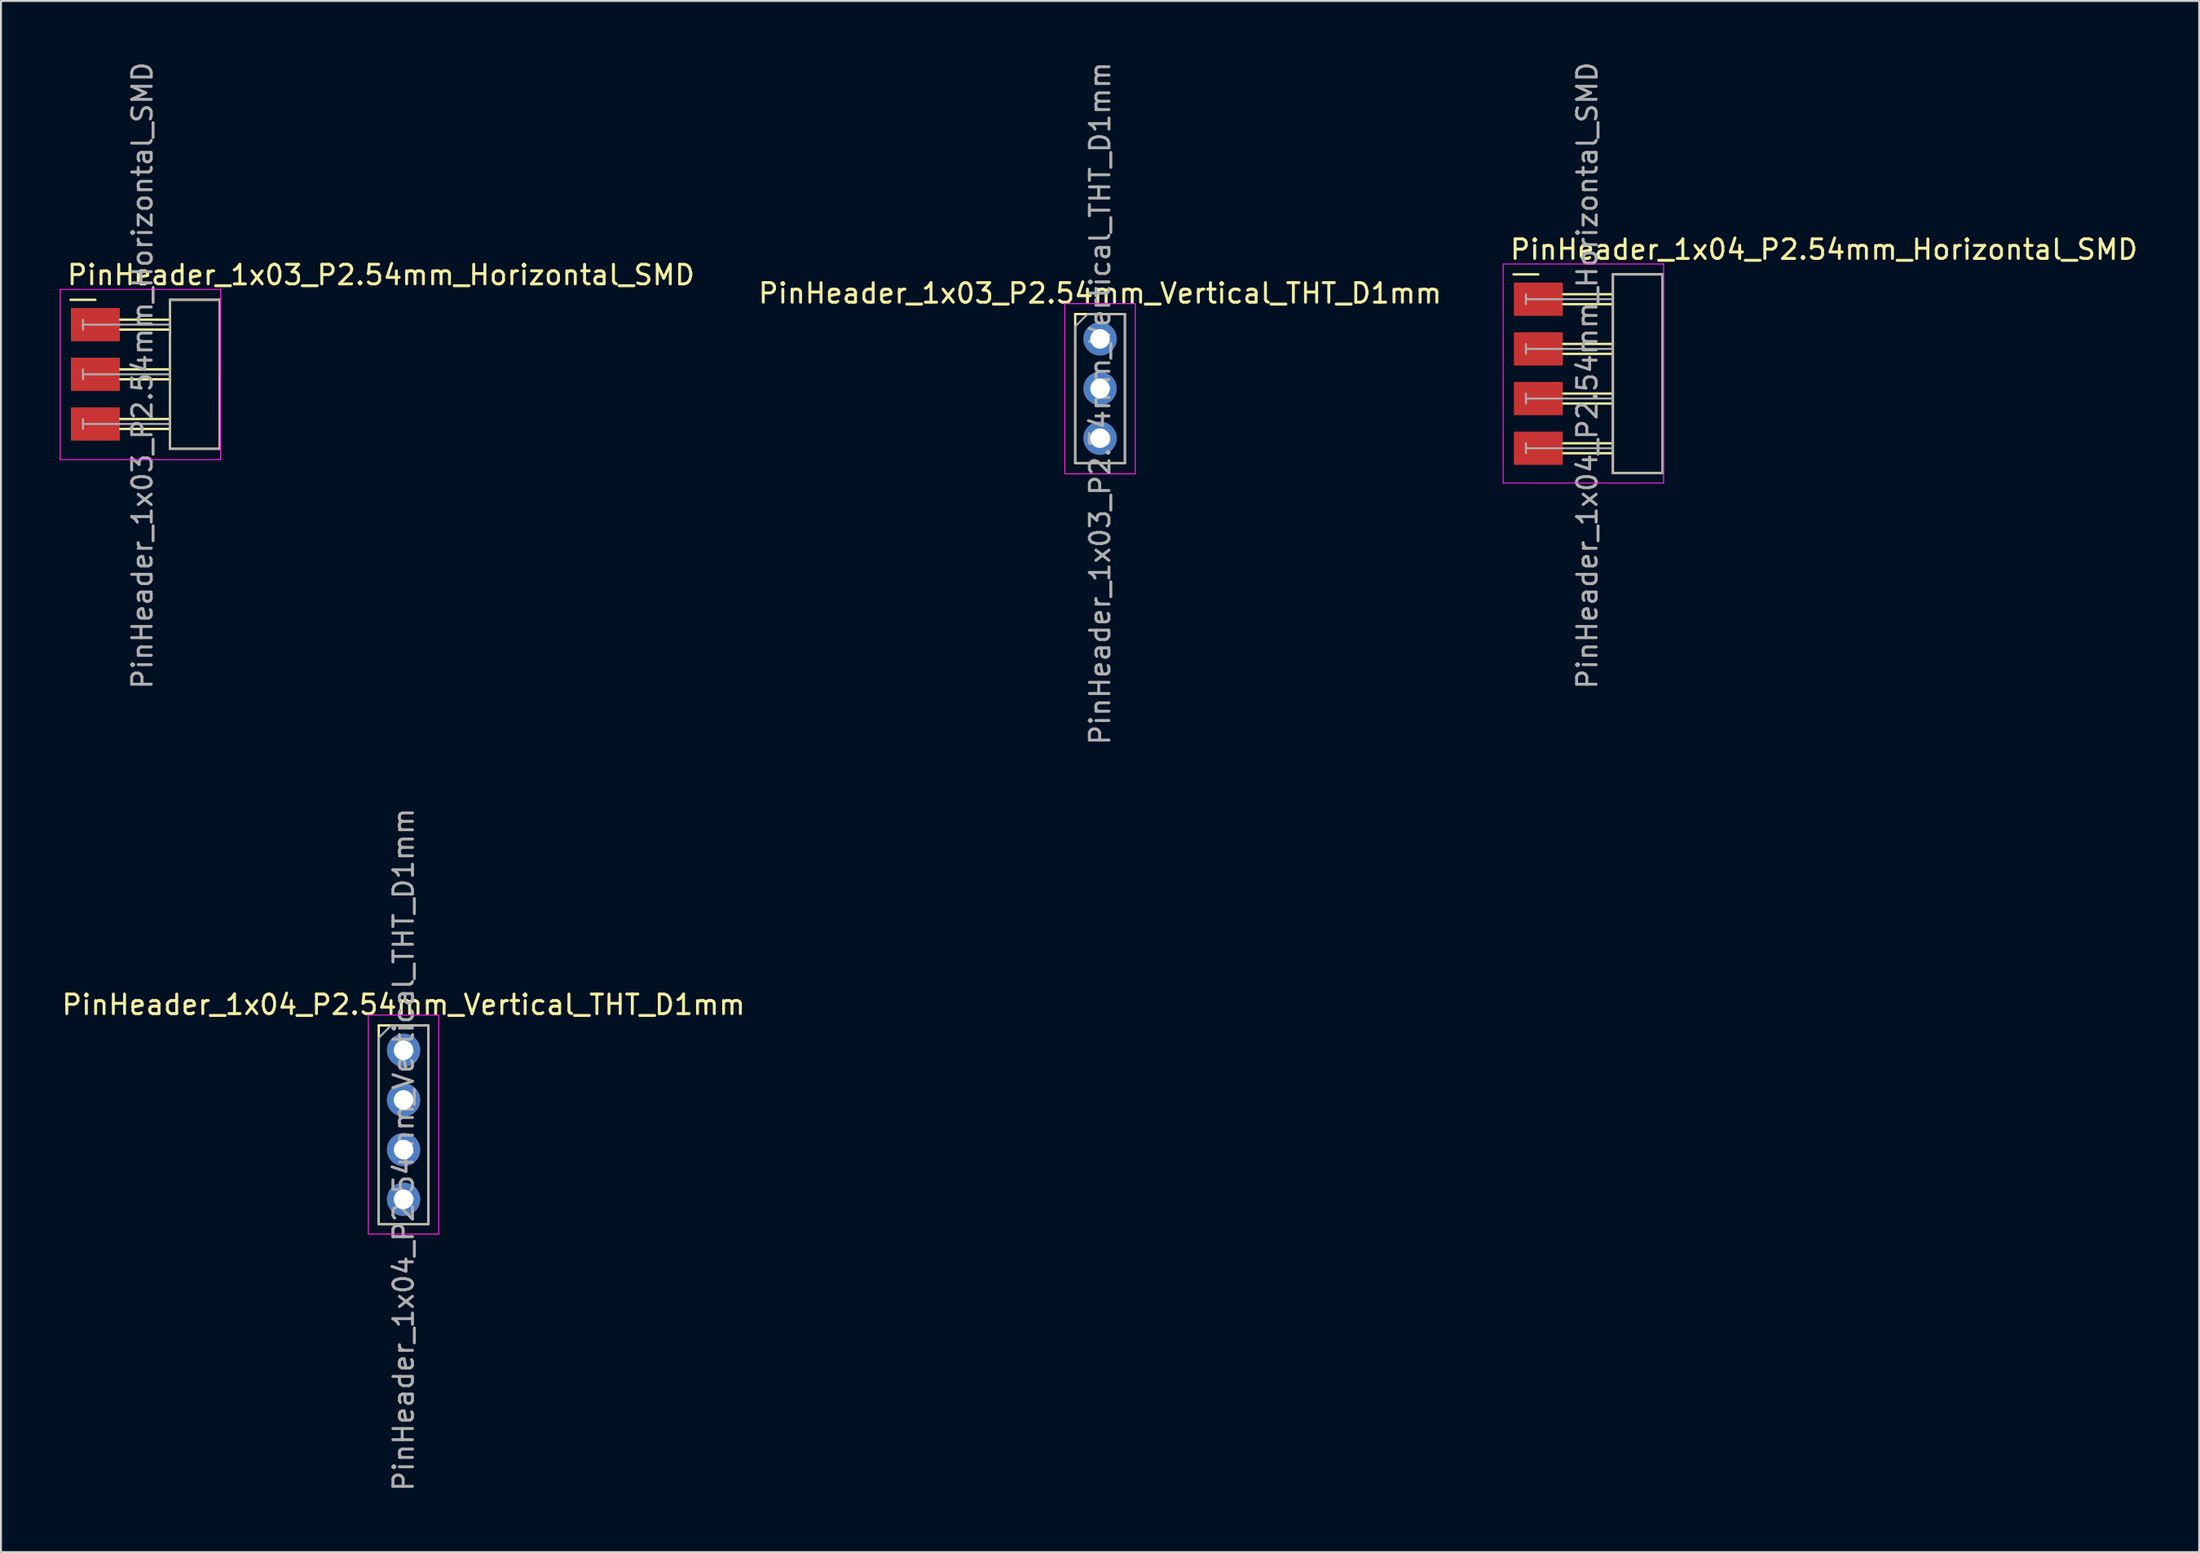
<source format=kicad_pcb>
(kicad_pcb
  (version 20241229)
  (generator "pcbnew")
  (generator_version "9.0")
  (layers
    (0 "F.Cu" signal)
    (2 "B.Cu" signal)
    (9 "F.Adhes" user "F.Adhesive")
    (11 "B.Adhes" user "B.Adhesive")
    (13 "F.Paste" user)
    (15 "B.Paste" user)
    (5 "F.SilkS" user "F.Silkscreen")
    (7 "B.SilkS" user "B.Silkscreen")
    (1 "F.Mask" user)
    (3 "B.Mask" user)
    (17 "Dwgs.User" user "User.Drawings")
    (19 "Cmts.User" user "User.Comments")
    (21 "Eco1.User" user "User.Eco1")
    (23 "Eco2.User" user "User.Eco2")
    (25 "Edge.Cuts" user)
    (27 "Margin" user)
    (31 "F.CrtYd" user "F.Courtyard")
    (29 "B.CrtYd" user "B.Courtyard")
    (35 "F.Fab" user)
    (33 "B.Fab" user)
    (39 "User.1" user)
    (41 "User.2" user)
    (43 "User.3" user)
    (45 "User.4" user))
  (footprint "PinHeader_1x04_P2.54mm_Vertical_THT_D1mm"
    (layer "F.Cu")
    (at 17.577 50.652)
    (property "Reference" "PinHeader_1x04_P2.54mm_Vertical_THT_D1mm" (at 0 -2.33 0) (layer "F.SilkS") (effects (font (size 1 1) (thickness 0.15))))
    (attr through_hole)
    (fp_line (start -1.27 -1.27) (end -1.27 8.89) (stroke (width 0.12) (type solid)) (layer "F.SilkS"))
    (fp_line (start -1.27 -1.27) (end 1.27 -1.27) (stroke (width 0.12) (type solid)) (layer "F.SilkS"))
    (fp_line (start -1.27 8.89) (end 1.27 8.89) (stroke (width 0.12) (type solid)) (layer "F.SilkS"))
    (fp_line (start 1.27 -1.27) (end 1.27 8.89) (stroke (width 0.12) (type solid)) (layer "F.SilkS"))
    (fp_line (start -1.8 -1.8) (end -1.8 9.4) (stroke (width 0.05) (type solid)) (layer "F.CrtYd"))
    (fp_line (start -1.8 9.4) (end 1.8 9.4) (stroke (width 0.05) (type solid)) (layer "F.CrtYd"))
    (fp_line (start 1.8 -1.8) (end -1.8 -1.8) (stroke (width 0.05) (type solid)) (layer "F.CrtYd"))
    (fp_line (start 1.8 9.4) (end 1.8 -1.8) (stroke (width 0.05) (type solid)) (layer "F.CrtYd"))
    (fp_line (start -1.27 -0.635) (end -0.635 -1.27) (stroke (width 0.1) (type solid)) (layer "F.Fab"))
    (fp_line (start -1.27 8.89) (end -1.27 -0.635) (stroke (width 0.1) (type solid)) (layer "F.Fab"))
    (fp_line (start -0.635 -1.27) (end 1.27 -1.27) (stroke (width 0.1) (type solid)) (layer "F.Fab"))
    (fp_line (start 1.27 -1.27) (end 1.27 8.89) (stroke (width 0.1) (type solid)) (layer "F.Fab"))
    (fp_line (start 1.27 8.89) (end -1.27 8.89) (stroke (width 0.1) (type solid)) (layer "F.Fab"))
    (fp_text user "${REFERENCE}" (at 0 5.08 90) (layer "F.Fab") (effects (font (size 1 1) (thickness 0.15))))
    (pad "1" thru_hole oval (at 0 0) (size 1.7 1.7) (drill 1) (layers "*.Cu" "*.Mask"))
    (pad "2" thru_hole oval (at 0 2.54) (size 1.7 1.7) (drill 1) (layers "*.Cu" "*.Mask"))
    (pad "3" thru_hole oval (at 0 5.08) (size 1.7 1.7) (drill 1) (layers "*.Cu" "*.Mask"))
    (pad "4" thru_hole oval (at 0 7.62) (size 1.7 1.7) (drill 1) (layers "*.Cu" "*.Mask")))
  (footprint "PinHeader_1x03_P2.54mm_Vertical_THT_D1mm"
    (layer "F.Cu")
    (at 53.176 14.277)
    (property "Reference" "PinHeader_1x03_P2.54mm_Vertical_THT_D1mm" (at 0 -2.33 0) (layer "F.SilkS") (effects (font (size 1 1) (thickness 0.15))))
    (attr through_hole)
    (fp_line (start -1.27 -1.27) (end -1.27 6.35) (stroke (width 0.12) (type solid)) (layer "F.SilkS"))
    (fp_line (start -1.27 -1.27) (end 1.27 -1.27) (stroke (width 0.12) (type solid)) (layer "F.SilkS"))
    (fp_line (start -1.27 6.35) (end 1.27 6.35) (stroke (width 0.12) (type solid)) (layer "F.SilkS"))
    (fp_line (start 1.27 -1.27) (end 1.27 6.35) (stroke (width 0.12) (type solid)) (layer "F.SilkS"))
    (fp_line (start -1.8 -1.8) (end -1.8 6.9) (stroke (width 0.05) (type solid)) (layer "F.CrtYd"))
    (fp_line (start -1.8 6.9) (end 1.8 6.9) (stroke (width 0.05) (type solid)) (layer "F.CrtYd"))
    (fp_line (start 1.8 -1.8) (end -1.8 -1.8) (stroke (width 0.05) (type solid)) (layer "F.CrtYd"))
    (fp_line (start 1.8 6.9) (end 1.8 -1.8) (stroke (width 0.05) (type solid)) (layer "F.CrtYd"))
    (fp_line (start -1.27 -0.635) (end -0.635 -1.27) (stroke (width 0.1) (type solid)) (layer "F.Fab"))
    (fp_line (start -1.27 6.35) (end -1.27 -0.635) (stroke (width 0.1) (type solid)) (layer "F.Fab"))
    (fp_line (start -0.635 -1.27) (end 1.27 -1.27) (stroke (width 0.1) (type solid)) (layer "F.Fab"))
    (fp_line (start 1.27 -1.27) (end 1.27 6.35) (stroke (width 0.1) (type solid)) (layer "F.Fab"))
    (fp_line (start 1.27 6.35) (end -1.27 6.35) (stroke (width 0.1) (type solid)) (layer "F.Fab"))
    (fp_text user "${REFERENCE}" (at 0 3.3 90) (layer "F.Fab") (effects (font (size 1 1) (thickness 0.15))))
    (pad "1" thru_hole oval (at 0 0) (size 1.7 1.7) (drill 1) (layers "*.Cu" "*.Mask"))
    (pad "2" thru_hole oval (at 0 2.54) (size 1.7 1.7) (drill 1) (layers "*.Cu" "*.Mask"))
    (pad "3" thru_hole oval (at 0 5.08) (size 1.7 1.7) (drill 1) (layers "*.Cu" "*.Mask")))
  (footprint "PinHeader_1x03_P2.54mm_Horizontal_SMD"
    (layer "F.Cu")
    (at 1.825 13.549)
    (property "Reference" "PinHeader_1x03_P2.54mm_Horizontal_SMD" (at -1.524 -2.54 180) (layer "F.SilkS") (effects (font (size 1 1) (thickness 0.15)) (justify left)))
    (attr smd)
    (fp_line (start -1.27 -1.27) (end 0 -1.27) (stroke (width 0.12) (type solid)) (layer "F.SilkS"))
    (fp_line (start 3.81 -1.27) (end 6.35 -1.27) (stroke (width 0.12) (type solid)) (layer "F.SilkS"))
    (fp_line (start 3.81 -0.254) (end 1.27 -0.254) (stroke (width 0.12) (type solid)) (layer "F.SilkS"))
    (fp_line (start 3.81 0.254) (end 1.27 0.254) (stroke (width 0.12) (type solid)) (layer "F.SilkS"))
    (fp_line (start 3.81 2.286) (end 1.27 2.286) (stroke (width 0.12) (type solid)) (layer "F.SilkS"))
    (fp_line (start 3.81 2.794) (end 1.27 2.794) (stroke (width 0.12) (type solid)) (layer "F.SilkS"))
    (fp_line (start 3.81 4.826) (end 1.27 4.826) (stroke (width 0.12) (type solid)) (layer "F.SilkS"))
    (fp_line (start 3.81 5.334) (end 1.27 5.334) (stroke (width 0.12) (type solid)) (layer "F.SilkS"))
    (fp_line (start 3.81 6.35) (end 3.81 -1.27) (stroke (width 0.12) (type solid)) (layer "F.SilkS"))
    (fp_line (start 6.35 -1.27) (end 6.35 6.35) (stroke (width 0.12) (type solid)) (layer "F.SilkS"))
    (fp_line (start 6.35 6.35) (end 3.81 6.35) (stroke (width 0.12) (type solid)) (layer "F.SilkS"))
    (fp_line (start -1.8 -1.8) (end -1.8 6.9) (stroke (width 0.05) (type solid)) (layer "F.CrtYd"))
    (fp_line (start -1.8 6.9) (end 6.4 6.9) (stroke (width 0.05) (type solid)) (layer "F.CrtYd"))
    (fp_line (start 6.4 -1.8) (end -1.8 -1.8) (stroke (width 0.05) (type solid)) (layer "F.CrtYd"))
    (fp_line (start 6.4 6.9) (end 6.4 -1.8) (stroke (width 0.05) (type solid)) (layer "F.CrtYd"))
    (fp_line (start -0.635 -0.254) (end -0.635 0.254) (stroke (width 0.1) (type solid)) (layer "F.Fab"))
    (fp_line (start -0.635 2.286) (end -0.635 2.794) (stroke (width 0.1) (type solid)) (layer "F.Fab"))
    (fp_line (start -0.635 4.826) (end -0.635 5.334) (stroke (width 0.1) (type solid)) (layer "F.Fab"))
    (fp_line (start 3.8 -1.27) (end 6.34 -1.27) (stroke (width 0.1) (type solid)) (layer "F.Fab"))
    (fp_line (start 3.8 6.35) (end 6.35 6.35) (stroke (width 0.1) (type solid)) (layer "F.Fab"))
    (fp_line (start 3.81 0) (end -0.635 0) (stroke (width 0.1) (type solid)) (layer "F.Fab"))
    (fp_line (start 3.81 2.54) (end -0.635 2.54) (stroke (width 0.1) (type solid)) (layer "F.Fab"))
    (fp_line (start 3.81 5.08) (end -0.635 5.08) (stroke (width 0.1) (type solid)) (layer "F.Fab"))
    (fp_line (start 3.81 6.35) (end 3.8 -1.27) (stroke (width 0.1) (type solid)) (layer "F.Fab"))
    (fp_line (start 6.34 -1.27) (end 6.35 6.35) (stroke (width 0.1) (type solid)) (layer "F.Fab"))
    (fp_text user "${REFERENCE}" (at 2.4 2.6 90) (layer "F.Fab") (effects (font (size 1 1) (thickness 0.15))))
    (pad "1" smd rect (at 0 0) (size 2.5 1.7) (layers "F.Cu" "F.Mask" "F.Paste"))
    (pad "2" smd rect (at 0 2.54) (size 2.5 1.7) (layers "F.Cu" "F.Mask" "F.Paste"))
    (pad "3" smd rect (at 0 5.08) (size 2.5 1.7) (layers "F.Cu" "F.Mask" "F.Paste")))
  (footprint "PinHeader_1x04_P2.54mm_Horizontal_SMD"
    (layer "F.Cu")
    (at 75.578 12.249)
    (property "Reference" "PinHeader_1x04_P2.54mm_Horizontal_SMD" (at -1.524 -2.54 180) (layer "F.SilkS") (effects (font (size 1 1) (thickness 0.15)) (justify left)))
    (attr smd)
    (fp_line (start -1.27 -1.27) (end 0 -1.27) (stroke (width 0.12) (type solid)) (layer "F.SilkS"))
    (fp_line (start 3.81 -1.27) (end 6.35 -1.27) (stroke (width 0.12) (type solid)) (layer "F.SilkS"))
    (fp_line (start 3.81 -0.254) (end 1.27 -0.254) (stroke (width 0.12) (type solid)) (layer "F.SilkS"))
    (fp_line (start 3.81 0.254) (end 1.27 0.254) (stroke (width 0.12) (type solid)) (layer "F.SilkS"))
    (fp_line (start 3.81 2.286) (end 1.27 2.286) (stroke (width 0.12) (type solid)) (layer "F.SilkS"))
    (fp_line (start 3.81 2.794) (end 1.27 2.794) (stroke (width 0.12) (type solid)) (layer "F.SilkS"))
    (fp_line (start 3.81 4.826) (end 1.27 4.826) (stroke (width 0.12) (type solid)) (layer "F.SilkS"))
    (fp_line (start 3.81 5.334) (end 1.27 5.334) (stroke (width 0.12) (type solid)) (layer "F.SilkS"))
    (fp_line (start 3.81 7.366) (end 1.27 7.366) (stroke (width 0.12) (type solid)) (layer "F.SilkS"))
    (fp_line (start 3.81 7.874) (end 1.27 7.874) (stroke (width 0.12) (type solid)) (layer "F.SilkS"))
    (fp_line (start 3.81 8.89) (end 3.81 -1.27) (stroke (width 0.12) (type solid)) (layer "F.SilkS"))
    (fp_line (start 6.35 -1.27) (end 6.35 8.89) (stroke (width 0.12) (type solid)) (layer "F.SilkS"))
    (fp_line (start 6.35 8.89) (end 3.81 8.89) (stroke (width 0.12) (type solid)) (layer "F.SilkS"))
    (fp_line (start -1.8 -1.8) (end -1.8 9.4) (stroke (width 0.05) (type solid)) (layer "F.CrtYd"))
    (fp_line (start -1.8 9.4) (end 6.4 9.4) (stroke (width 0.05) (type solid)) (layer "F.CrtYd"))
    (fp_line (start 6.4 -1.8) (end -1.8 -1.8) (stroke (width 0.05) (type solid)) (layer "F.CrtYd"))
    (fp_line (start 6.4 9.4) (end 6.4 -1.8) (stroke (width 0.05) (type solid)) (layer "F.CrtYd"))
    (fp_line (start -0.635 -0.254) (end -0.635 0.254) (stroke (width 0.1) (type solid)) (layer "F.Fab"))
    (fp_line (start -0.635 2.286) (end -0.635 2.794) (stroke (width 0.1) (type solid)) (layer "F.Fab"))
    (fp_line (start -0.635 4.826) (end -0.635 5.334) (stroke (width 0.1) (type solid)) (layer "F.Fab"))
    (fp_line (start -0.635 7.366) (end -0.635 7.874) (stroke (width 0.1) (type solid)) (layer "F.Fab"))
    (fp_line (start 3.8 -1.27) (end 6.34 -1.27) (stroke (width 0.1) (type solid)) (layer "F.Fab"))
    (fp_line (start 3.8 8.89) (end 3.8 -1.27) (stroke (width 0.1) (type solid)) (layer "F.Fab"))
    (fp_line (start 3.8 8.89) (end 6.35 8.89) (stroke (width 0.1) (type solid)) (layer "F.Fab"))
    (fp_line (start 3.81 0) (end -0.635 0) (stroke (width 0.1) (type solid)) (layer "F.Fab"))
    (fp_line (start 3.81 2.54) (end -0.635 2.54) (stroke (width 0.1) (type solid)) (layer "F.Fab"))
    (fp_line (start 3.81 5.08) (end -0.635 5.08) (stroke (width 0.1) (type solid)) (layer "F.Fab"))
    (fp_line (start 3.81 7.62) (end -0.635 7.62) (stroke (width 0.1) (type solid)) (layer "F.Fab"))
    (fp_line (start 6.34 -1.27) (end 6.35 8.89) (stroke (width 0.1) (type solid)) (layer "F.Fab"))
    (fp_text user "${REFERENCE}" (at 2.5 3.9 90) (layer "F.Fab") (effects (font (size 1 1) (thickness 0.15))))
    (pad "1" smd rect (at 0 0) (size 2.5 1.7) (layers "F.Cu" "F.Mask" "F.Paste"))
    (pad "2" smd rect (at 0 2.54) (size 2.5 1.7) (layers "F.Cu" "F.Mask" "F.Paste"))
    (pad "3" smd rect (at 0 5.08) (size 2.5 1.7) (layers "F.Cu" "F.Mask" "F.Paste"))
    (pad "4" smd rect (at 0 7.62) (size 2.5 1.7) (layers "F.Cu" "F.Mask" "F.Paste")))
  (gr_rect
    (start -3 -3)
    (end 109.352 76.31)
    (stroke (width 0.1) (type default))
    (fill no)
    (layer "Edge.Cuts")))
</source>
